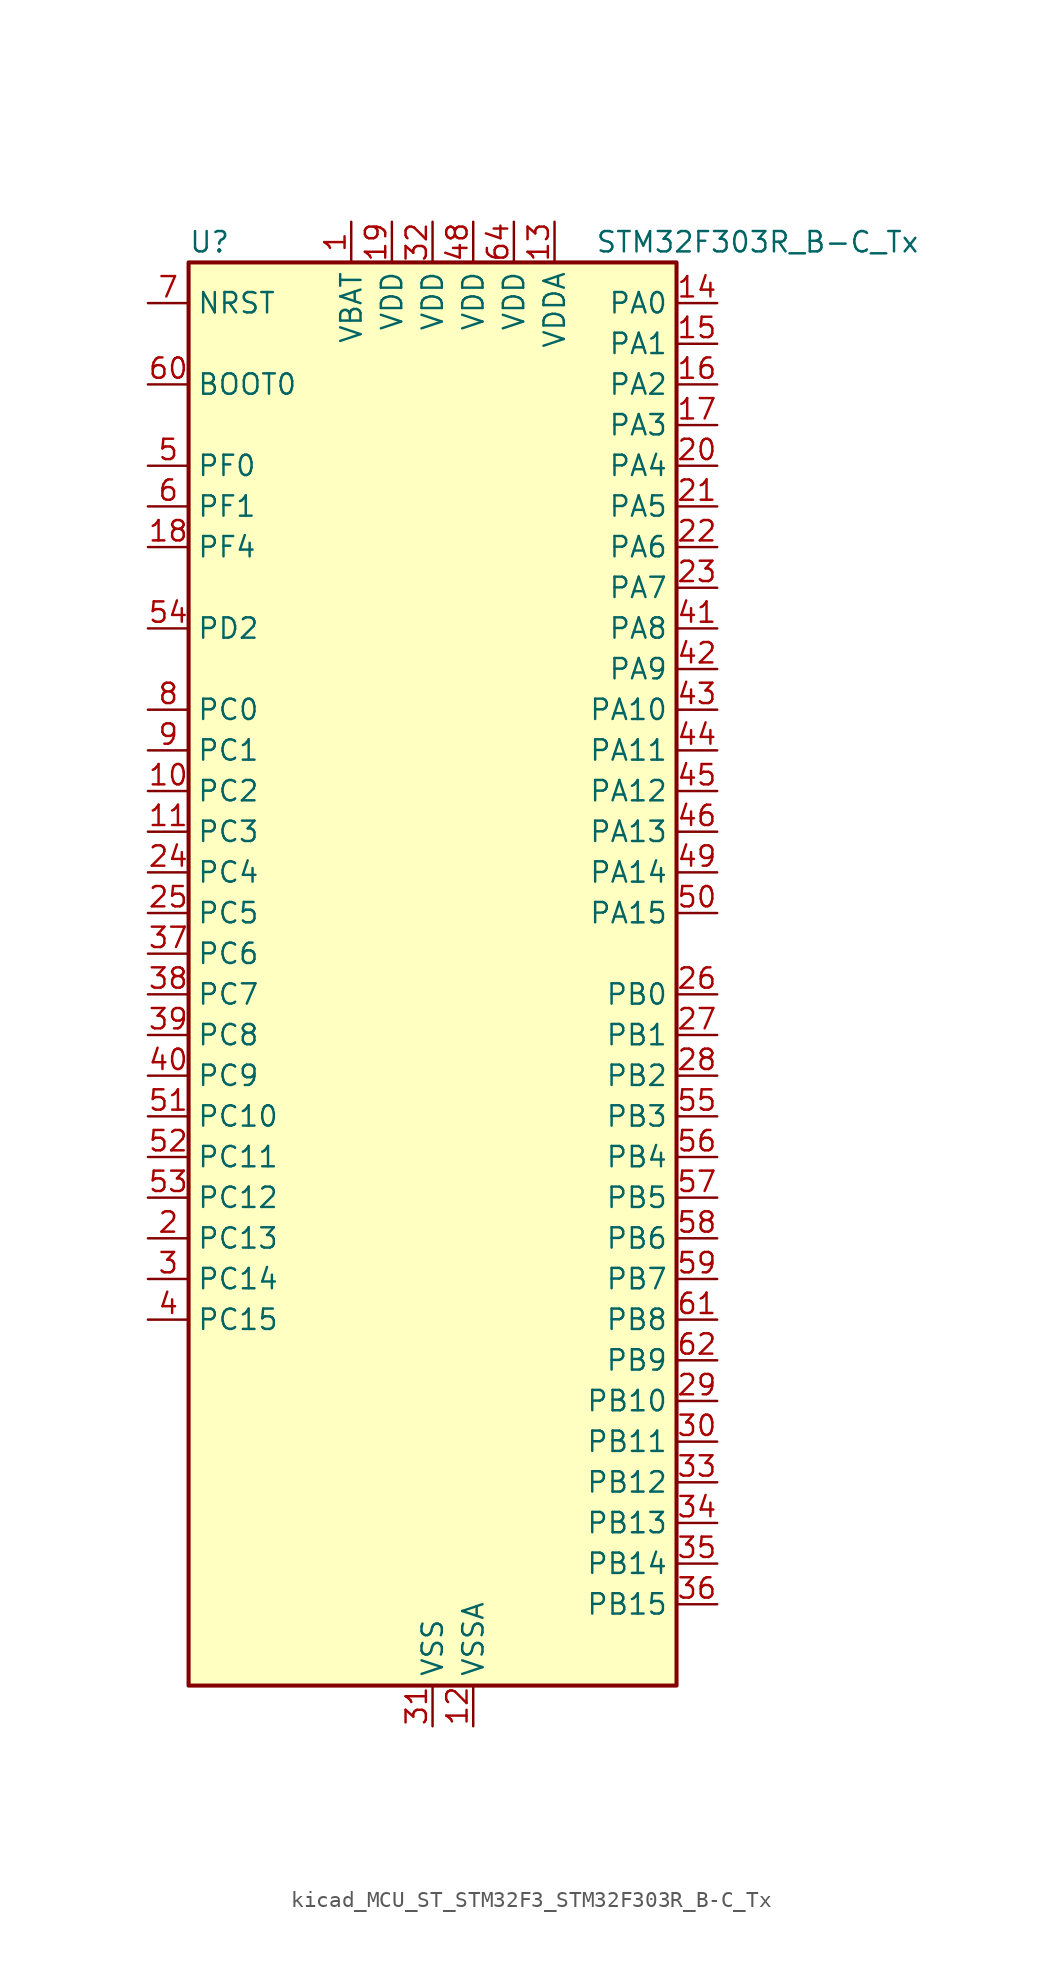
<source format=kicad_sym>
(kicad_symbol_lib
  (version 20220914)
  (generator kicad_symbol_editor)
  (symbol "kicad_MCU_ST_STM32F3_STM32F303R_B-C_Tx"
    (property "Reference" "U"
      (at -15.24 46.99 0)
      (effects (font (size 1.27 1.27)) (justify left)))
    (property "Value" "STM32F303R_B-C_Tx"
      (at 10.16 46.99 0)
      (effects (font (size 1.27 1.27)) (justify left)))
    (property "ki_locked" ""
      (at 0 0 0)
      (effects (font (size 1.27 1.27))))
    (symbol "kicad_MCU_ST_STM32F3_STM32F303R_B-C_Tx_0_1"
      (rectangle (start -15.24 -43.18) (end 15.24 45.72) (stroke (width 0.254) (type default)) (fill (type background))))
    (symbol "kicad_MCU_ST_STM32F3_STM32F303R_B-C_Tx_1_1"
      (pin power_in line (at -5.08 48.26 270) (length 2.54) (name "VBAT" (effects (font (size 1.27 1.27)))) (number "1" (effects (font (size 1.27 1.27)))))
      (pin bidirectional line (at -17.78 12.7 0) (length 2.54) (name "PC2" (effects (font (size 1.27 1.27)))) (number "10" (effects (font (size 1.27 1.27)))) (alternate "ADC1_IN8" bidirectional line) (alternate "ADC2_IN8" bidirectional line) (alternate "ADC3_EXTI2" bidirectional line) (alternate "ADC4_EXTI2" bidirectional line) (alternate "COMP7_OUT" bidirectional line))
      (pin bidirectional line (at -17.78 10.16 0) (length 2.54) (name "PC3" (effects (font (size 1.27 1.27)))) (number "11" (effects (font (size 1.27 1.27)))) (alternate "ADC1_IN9" bidirectional line) (alternate "ADC2_IN9" bidirectional line) (alternate "TIM1_BKIN2" bidirectional line))
      (pin power_in line (at 2.54 -45.72 90) (length 2.54) (name "VSSA" (effects (font (size 1.27 1.27)))) (number "12" (effects (font (size 1.27 1.27)))))
      (pin power_in line (at 7.62 48.26 270) (length 2.54) (name "VDDA" (effects (font (size 1.27 1.27)))) (number "13" (effects (font (size 1.27 1.27)))))
      (pin bidirectional line (at 17.78 43.18 180) (length 2.54) (name "PA0" (effects (font (size 1.27 1.27)))) (number "14" (effects (font (size 1.27 1.27)))) (alternate "ADC1_IN1" bidirectional line) (alternate "COMP1_INM" bidirectional line) (alternate "COMP1_OUT" bidirectional line) (alternate "COMP7_INP" bidirectional line) (alternate "RTC_TAMP2" bidirectional line) (alternate "SYS_WKUP1" bidirectional line) (alternate "TIM2_CH1" bidirectional line) (alternate "TIM2_ETR" bidirectional line) (alternate "TIM8_BKIN" bidirectional line) (alternate "TIM8_ETR" bidirectional line) (alternate "TSC_G1_IO1" bidirectional line) (alternate "USART2_CTS" bidirectional line))
      (pin bidirectional line (at 17.78 40.64 180) (length 2.54) (name "PA1" (effects (font (size 1.27 1.27)))) (number "15" (effects (font (size 1.27 1.27)))) (alternate "ADC1_IN2" bidirectional line) (alternate "COMP1_INP" bidirectional line) (alternate "OPAMP1_VINP" bidirectional line) (alternate "OPAMP1_VINP_SEC" bidirectional line) (alternate "OPAMP3_VINP" bidirectional line) (alternate "OPAMP3_VINP_SEC" bidirectional line) (alternate "RTC_REFIN" bidirectional line) (alternate "TIM15_CH1N" bidirectional line) (alternate "TIM2_CH2" bidirectional line) (alternate "TSC_G1_IO2" bidirectional line) (alternate "USART2_DE" bidirectional line) (alternate "USART2_RTS" bidirectional line))
      (pin bidirectional line (at 17.78 38.1 180) (length 2.54) (name "PA2" (effects (font (size 1.27 1.27)))) (number "16" (effects (font (size 1.27 1.27)))) (alternate "ADC1_IN3" bidirectional line) (alternate "ADC3_EXTI2" bidirectional line) (alternate "ADC4_EXTI2" bidirectional line) (alternate "COMP2_INM" bidirectional line) (alternate "COMP2_OUT" bidirectional line) (alternate "OPAMP1_VOUT" bidirectional line) (alternate "TIM15_CH1" bidirectional line) (alternate "TIM2_CH3" bidirectional line) (alternate "TSC_G1_IO3" bidirectional line) (alternate "USART2_TX" bidirectional line))
      (pin bidirectional line (at 17.78 35.56 180) (length 2.54) (name "PA3" (effects (font (size 1.27 1.27)))) (number "17" (effects (font (size 1.27 1.27)))) (alternate "ADC1_IN4" bidirectional line) (alternate "COMP2_INP" bidirectional line) (alternate "OPAMP1_VINM" bidirectional line) (alternate "OPAMP1_VINM_SEC" bidirectional line) (alternate "OPAMP1_VINP" bidirectional line) (alternate "OPAMP1_VINP_SEC" bidirectional line) (alternate "TIM15_CH2" bidirectional line) (alternate "TIM2_CH4" bidirectional line) (alternate "TSC_G1_IO4" bidirectional line) (alternate "USART2_RX" bidirectional line))
      (pin bidirectional line (at -17.78 27.94 0) (length 2.54) (name "PF4" (effects (font (size 1.27 1.27)))) (number "18" (effects (font (size 1.27 1.27)))) (alternate "ADC1_IN5" bidirectional line) (alternate "COMP1_OUT" bidirectional line))
      (pin power_in line (at -2.54 48.26 270) (length 2.54) (name "VDD" (effects (font (size 1.27 1.27)))) (number "19" (effects (font (size 1.27 1.27)))))
      (pin bidirectional line (at -17.78 -15.24 0) (length 2.54) (name "PC13" (effects (font (size 1.27 1.27)))) (number "2" (effects (font (size 1.27 1.27)))) (alternate "RTC_OUT_ALARM" bidirectional line) (alternate "RTC_OUT_CALIB" bidirectional line) (alternate "RTC_TAMP1" bidirectional line) (alternate "RTC_TS" bidirectional line) (alternate "SYS_WKUP2" bidirectional line) (alternate "TIM1_CH1N" bidirectional line))
      (pin bidirectional line (at 17.78 33.02 180) (length 2.54) (name "PA4" (effects (font (size 1.27 1.27)))) (number "20" (effects (font (size 1.27 1.27)))) (alternate "ADC2_IN1" bidirectional line) (alternate "COMP1_INM" bidirectional line) (alternate "COMP2_INM" bidirectional line) (alternate "COMP3_INM" bidirectional line) (alternate "COMP4_INM" bidirectional line) (alternate "COMP5_INM" bidirectional line) (alternate "COMP6_INM" bidirectional line) (alternate "COMP7_INM" bidirectional line) (alternate "DAC_OUT1" bidirectional line) (alternate "I2S3_WS" bidirectional line) (alternate "OPAMP4_VINP" bidirectional line) (alternate "OPAMP4_VINP_SEC" bidirectional line) (alternate "SPI1_NSS" bidirectional line) (alternate "SPI3_NSS" bidirectional line) (alternate "TIM3_CH2" bidirectional line) (alternate "TSC_G2_IO1" bidirectional line) (alternate "USART2_CK" bidirectional line))
      (pin bidirectional line (at 17.78 30.48 180) (length 2.54) (name "PA5" (effects (font (size 1.27 1.27)))) (number "21" (effects (font (size 1.27 1.27)))) (alternate "ADC2_IN2" bidirectional line) (alternate "COMP1_INM" bidirectional line) (alternate "COMP2_INM" bidirectional line) (alternate "COMP3_INM" bidirectional line) (alternate "COMP4_INM" bidirectional line) (alternate "COMP5_INM" bidirectional line) (alternate "COMP6_INM" bidirectional line) (alternate "COMP7_INM" bidirectional line) (alternate "DAC_OUT2" bidirectional line) (alternate "OPAMP1_VINP" bidirectional line) (alternate "OPAMP1_VINP_SEC" bidirectional line) (alternate "OPAMP2_VINM" bidirectional line) (alternate "OPAMP2_VINM_SEC" bidirectional line) (alternate "OPAMP3_VINP" bidirectional line) (alternate "OPAMP3_VINP_SEC" bidirectional line) (alternate "SPI1_SCK" bidirectional line) (alternate "TIM2_CH1" bidirectional line) (alternate "TIM2_ETR" bidirectional line) (alternate "TSC_G2_IO2" bidirectional line))
      (pin bidirectional line (at 17.78 27.94 180) (length 2.54) (name "PA6" (effects (font (size 1.27 1.27)))) (number "22" (effects (font (size 1.27 1.27)))) (alternate "ADC2_IN3" bidirectional line) (alternate "COMP1_OUT" bidirectional line) (alternate "OPAMP2_VOUT" bidirectional line) (alternate "SPI1_MISO" bidirectional line) (alternate "TIM16_CH1" bidirectional line) (alternate "TIM1_BKIN" bidirectional line) (alternate "TIM3_CH1" bidirectional line) (alternate "TIM8_BKIN" bidirectional line) (alternate "TSC_G2_IO3" bidirectional line))
      (pin bidirectional line (at 17.78 25.4 180) (length 2.54) (name "PA7" (effects (font (size 1.27 1.27)))) (number "23" (effects (font (size 1.27 1.27)))) (alternate "ADC2_IN4" bidirectional line) (alternate "COMP2_INP" bidirectional line) (alternate "COMP2_OUT" bidirectional line) (alternate "OPAMP1_VINP" bidirectional line) (alternate "OPAMP1_VINP_SEC" bidirectional line) (alternate "OPAMP2_VINP" bidirectional line) (alternate "OPAMP2_VINP_SEC" bidirectional line) (alternate "SPI1_MOSI" bidirectional line) (alternate "TIM17_CH1" bidirectional line) (alternate "TIM1_CH1N" bidirectional line) (alternate "TIM3_CH2" bidirectional line) (alternate "TIM8_CH1N" bidirectional line) (alternate "TSC_G2_IO4" bidirectional line))
      (pin bidirectional line (at -17.78 7.62 0) (length 2.54) (name "PC4" (effects (font (size 1.27 1.27)))) (number "24" (effects (font (size 1.27 1.27)))) (alternate "ADC2_IN5" bidirectional line) (alternate "USART1_TX" bidirectional line))
      (pin bidirectional line (at -17.78 5.08 0) (length 2.54) (name "PC5" (effects (font (size 1.27 1.27)))) (number "25" (effects (font (size 1.27 1.27)))) (alternate "ADC2_IN11" bidirectional line) (alternate "OPAMP1_VINM" bidirectional line) (alternate "OPAMP1_VINM_SEC" bidirectional line) (alternate "OPAMP2_VINM" bidirectional line) (alternate "OPAMP2_VINM_SEC" bidirectional line) (alternate "TSC_G3_IO1" bidirectional line) (alternate "USART1_RX" bidirectional line))
      (pin bidirectional line (at 17.78 0 180) (length 2.54) (name "PB0" (effects (font (size 1.27 1.27)))) (number "26" (effects (font (size 1.27 1.27)))) (alternate "ADC3_IN12" bidirectional line) (alternate "COMP4_INP" bidirectional line) (alternate "OPAMP2_VINP" bidirectional line) (alternate "OPAMP2_VINP_SEC" bidirectional line) (alternate "OPAMP3_VINP" bidirectional line) (alternate "OPAMP3_VINP_SEC" bidirectional line) (alternate "TIM1_CH2N" bidirectional line) (alternate "TIM3_CH3" bidirectional line) (alternate "TIM8_CH2N" bidirectional line) (alternate "TSC_G3_IO2" bidirectional line))
      (pin bidirectional line (at 17.78 -2.54 180) (length 2.54) (name "PB1" (effects (font (size 1.27 1.27)))) (number "27" (effects (font (size 1.27 1.27)))) (alternate "ADC3_IN1" bidirectional line) (alternate "COMP4_OUT" bidirectional line) (alternate "OPAMP3_VOUT" bidirectional line) (alternate "TIM1_CH3N" bidirectional line) (alternate "TIM3_CH4" bidirectional line) (alternate "TIM8_CH3N" bidirectional line) (alternate "TSC_G3_IO3" bidirectional line))
      (pin bidirectional line (at 17.78 -5.08 180) (length 2.54) (name "PB2" (effects (font (size 1.27 1.27)))) (number "28" (effects (font (size 1.27 1.27)))) (alternate "ADC2_IN12" bidirectional line) (alternate "ADC3_EXTI2" bidirectional line) (alternate "ADC4_EXTI2" bidirectional line) (alternate "COMP4_INM" bidirectional line) (alternate "OPAMP3_VINM" bidirectional line) (alternate "OPAMP3_VINM_SEC" bidirectional line) (alternate "TSC_G3_IO4" bidirectional line))
      (pin bidirectional line (at 17.78 -25.4 180) (length 2.54) (name "PB10" (effects (font (size 1.27 1.27)))) (number "29" (effects (font (size 1.27 1.27)))) (alternate "COMP5_INM" bidirectional line) (alternate "OPAMP3_VINM" bidirectional line) (alternate "OPAMP3_VINM_SEC" bidirectional line) (alternate "OPAMP4_VINM" bidirectional line) (alternate "OPAMP4_VINM_SEC" bidirectional line) (alternate "TIM2_CH3" bidirectional line) (alternate "TSC_SYNC" bidirectional line) (alternate "USART3_TX" bidirectional line))
      (pin bidirectional line (at -17.78 -17.78 0) (length 2.54) (name "PC14" (effects (font (size 1.27 1.27)))) (number "3" (effects (font (size 1.27 1.27)))) (alternate "RCC_OSC32_IN" bidirectional line))
      (pin bidirectional line (at 17.78 -27.94 180) (length 2.54) (name "PB11" (effects (font (size 1.27 1.27)))) (number "30" (effects (font (size 1.27 1.27)))) (alternate "ADC1_EXTI11" bidirectional line) (alternate "ADC2_EXTI11" bidirectional line) (alternate "COMP6_INP" bidirectional line) (alternate "OPAMP4_VINP" bidirectional line) (alternate "OPAMP4_VINP_SEC" bidirectional line) (alternate "TIM2_CH4" bidirectional line) (alternate "TSC_G6_IO1" bidirectional line) (alternate "USART3_RX" bidirectional line))
      (pin power_in line (at 0 -45.72 90) (length 2.54) (name "VSS" (effects (font (size 1.27 1.27)))) (number "31" (effects (font (size 1.27 1.27)))))
      (pin power_in line (at 0 48.26 270) (length 2.54) (name "VDD" (effects (font (size 1.27 1.27)))) (number "32" (effects (font (size 1.27 1.27)))))
      (pin bidirectional line (at 17.78 -30.48 180) (length 2.54) (name "PB12" (effects (font (size 1.27 1.27)))) (number "33" (effects (font (size 1.27 1.27)))) (alternate "ADC4_IN3" bidirectional line) (alternate "COMP3_INM" bidirectional line) (alternate "I2C2_SMBA" bidirectional line) (alternate "I2S2_WS" bidirectional line) (alternate "OPAMP4_VOUT" bidirectional line) (alternate "SPI2_NSS" bidirectional line) (alternate "TIM1_BKIN" bidirectional line) (alternate "TSC_G6_IO2" bidirectional line) (alternate "USART3_CK" bidirectional line))
      (pin bidirectional line (at 17.78 -33.02 180) (length 2.54) (name "PB13" (effects (font (size 1.27 1.27)))) (number "34" (effects (font (size 1.27 1.27)))) (alternate "ADC3_IN5" bidirectional line) (alternate "COMP5_INP" bidirectional line) (alternate "I2S2_CK" bidirectional line) (alternate "OPAMP3_VINP" bidirectional line) (alternate "OPAMP3_VINP_SEC" bidirectional line) (alternate "OPAMP4_VINP" bidirectional line) (alternate "OPAMP4_VINP_SEC" bidirectional line) (alternate "SPI2_SCK" bidirectional line) (alternate "TIM1_CH1N" bidirectional line) (alternate "TSC_G6_IO3" bidirectional line) (alternate "USART3_CTS" bidirectional line))
      (pin bidirectional line (at 17.78 -35.56 180) (length 2.54) (name "PB14" (effects (font (size 1.27 1.27)))) (number "35" (effects (font (size 1.27 1.27)))) (alternate "ADC4_IN4" bidirectional line) (alternate "COMP3_INP" bidirectional line) (alternate "I2S2_ext_SD" bidirectional line) (alternate "OPAMP2_VINP" bidirectional line) (alternate "OPAMP2_VINP_SEC" bidirectional line) (alternate "SPI2_MISO" bidirectional line) (alternate "TIM15_CH1" bidirectional line) (alternate "TIM1_CH2N" bidirectional line) (alternate "TSC_G6_IO4" bidirectional line) (alternate "USART3_DE" bidirectional line) (alternate "USART3_RTS" bidirectional line))
      (pin bidirectional line (at 17.78 -38.1 180) (length 2.54) (name "PB15" (effects (font (size 1.27 1.27)))) (number "36" (effects (font (size 1.27 1.27)))) (alternate "ADC1_EXTI15" bidirectional line) (alternate "ADC2_EXTI15" bidirectional line) (alternate "ADC4_IN5" bidirectional line) (alternate "COMP6_INM" bidirectional line) (alternate "I2S2_SD" bidirectional line) (alternate "RTC_REFIN" bidirectional line) (alternate "SPI2_MOSI" bidirectional line) (alternate "TIM15_CH1N" bidirectional line) (alternate "TIM15_CH2" bidirectional line) (alternate "TIM1_CH3N" bidirectional line))
      (pin bidirectional line (at -17.78 2.54 0) (length 2.54) (name "PC6" (effects (font (size 1.27 1.27)))) (number "37" (effects (font (size 1.27 1.27)))) (alternate "COMP6_OUT" bidirectional line) (alternate "I2S2_MCK" bidirectional line) (alternate "TIM3_CH1" bidirectional line) (alternate "TIM8_CH1" bidirectional line))
      (pin bidirectional line (at -17.78 0 0) (length 2.54) (name "PC7" (effects (font (size 1.27 1.27)))) (number "38" (effects (font (size 1.27 1.27)))) (alternate "COMP5_OUT" bidirectional line) (alternate "I2S3_MCK" bidirectional line) (alternate "TIM3_CH2" bidirectional line) (alternate "TIM8_CH2" bidirectional line))
      (pin bidirectional line (at -17.78 -2.54 0) (length 2.54) (name "PC8" (effects (font (size 1.27 1.27)))) (number "39" (effects (font (size 1.27 1.27)))) (alternate "COMP3_OUT" bidirectional line) (alternate "TIM3_CH3" bidirectional line) (alternate "TIM8_CH3" bidirectional line))
      (pin bidirectional line (at -17.78 -20.32 0) (length 2.54) (name "PC15" (effects (font (size 1.27 1.27)))) (number "4" (effects (font (size 1.27 1.27)))) (alternate "ADC1_EXTI15" bidirectional line) (alternate "ADC2_EXTI15" bidirectional line) (alternate "RCC_OSC32_OUT" bidirectional line))
      (pin bidirectional line (at -17.78 -5.08 0) (length 2.54) (name "PC9" (effects (font (size 1.27 1.27)))) (number "40" (effects (font (size 1.27 1.27)))) (alternate "DAC_EXTI9" bidirectional line) (alternate "I2S_CKIN" bidirectional line) (alternate "TIM3_CH4" bidirectional line) (alternate "TIM8_BKIN2" bidirectional line) (alternate "TIM8_CH4" bidirectional line))
      (pin bidirectional line (at 17.78 22.86 180) (length 2.54) (name "PA8" (effects (font (size 1.27 1.27)))) (number "41" (effects (font (size 1.27 1.27)))) (alternate "COMP3_OUT" bidirectional line) (alternate "I2C2_SMBA" bidirectional line) (alternate "I2S2_MCK" bidirectional line) (alternate "RCC_MCO" bidirectional line) (alternate "TIM1_CH1" bidirectional line) (alternate "TIM4_ETR" bidirectional line) (alternate "USART1_CK" bidirectional line))
      (pin bidirectional line (at 17.78 20.32 180) (length 2.54) (name "PA9" (effects (font (size 1.27 1.27)))) (number "42" (effects (font (size 1.27 1.27)))) (alternate "COMP5_OUT" bidirectional line) (alternate "DAC_EXTI9" bidirectional line) (alternate "I2C2_SCL" bidirectional line) (alternate "I2S3_MCK" bidirectional line) (alternate "TIM15_BKIN" bidirectional line) (alternate "TIM1_CH2" bidirectional line) (alternate "TIM2_CH3" bidirectional line) (alternate "TSC_G4_IO1" bidirectional line) (alternate "USART1_TX" bidirectional line))
      (pin bidirectional line (at 17.78 17.78 180) (length 2.54) (name "PA10" (effects (font (size 1.27 1.27)))) (number "43" (effects (font (size 1.27 1.27)))) (alternate "COMP6_OUT" bidirectional line) (alternate "I2C2_SDA" bidirectional line) (alternate "TIM17_BKIN" bidirectional line) (alternate "TIM1_CH3" bidirectional line) (alternate "TIM2_CH4" bidirectional line) (alternate "TIM8_BKIN" bidirectional line) (alternate "TSC_G4_IO2" bidirectional line) (alternate "USART1_RX" bidirectional line))
      (pin bidirectional line (at 17.78 15.24 180) (length 2.54) (name "PA11" (effects (font (size 1.27 1.27)))) (number "44" (effects (font (size 1.27 1.27)))) (alternate "ADC1_EXTI11" bidirectional line) (alternate "ADC2_EXTI11" bidirectional line) (alternate "CAN_RX" bidirectional line) (alternate "COMP1_OUT" bidirectional line) (alternate "TIM1_BKIN2" bidirectional line) (alternate "TIM1_CH1N" bidirectional line) (alternate "TIM1_CH4" bidirectional line) (alternate "TIM4_CH1" bidirectional line) (alternate "USART1_CTS" bidirectional line) (alternate "USB_DM" bidirectional line))
      (pin bidirectional line (at 17.78 12.7 180) (length 2.54) (name "PA12" (effects (font (size 1.27 1.27)))) (number "45" (effects (font (size 1.27 1.27)))) (alternate "CAN_TX" bidirectional line) (alternate "COMP2_OUT" bidirectional line) (alternate "TIM16_CH1" bidirectional line) (alternate "TIM1_CH2N" bidirectional line) (alternate "TIM1_ETR" bidirectional line) (alternate "TIM4_CH2" bidirectional line) (alternate "USART1_DE" bidirectional line) (alternate "USART1_RTS" bidirectional line) (alternate "USB_DP" bidirectional line))
      (pin bidirectional line (at 17.78 10.16 180) (length 2.54) (name "PA13" (effects (font (size 1.27 1.27)))) (number "46" (effects (font (size 1.27 1.27)))) (alternate "IR_OUT" bidirectional line) (alternate "SYS_JTMS-SWDIO" bidirectional line) (alternate "TIM16_CH1N" bidirectional line) (alternate "TIM4_CH3" bidirectional line) (alternate "TSC_G4_IO3" bidirectional line) (alternate "USART3_CTS" bidirectional line))
      (pin passive line (at 0 -45.72 90) (length 2.54) hide (name "VSS" (effects (font (size 1.27 1.27)))) (number "47" (effects (font (size 1.27 1.27)))))
      (pin power_in line (at 2.54 48.26 270) (length 2.54) (name "VDD" (effects (font (size 1.27 1.27)))) (number "48" (effects (font (size 1.27 1.27)))))
      (pin bidirectional line (at 17.78 7.62 180) (length 2.54) (name "PA14" (effects (font (size 1.27 1.27)))) (number "49" (effects (font (size 1.27 1.27)))) (alternate "I2C1_SDA" bidirectional line) (alternate "SYS_JTCK-SWCLK" bidirectional line) (alternate "TIM1_BKIN" bidirectional line) (alternate "TIM8_CH2" bidirectional line) (alternate "TSC_G4_IO4" bidirectional line) (alternate "USART2_TX" bidirectional line))
      (pin bidirectional line (at -17.78 33.02 0) (length 2.54) (name "PF0" (effects (font (size 1.27 1.27)))) (number "5" (effects (font (size 1.27 1.27)))) (alternate "I2C2_SDA" bidirectional line) (alternate "RCC_OSC_IN" bidirectional line) (alternate "TIM1_CH3N" bidirectional line))
      (pin bidirectional line (at 17.78 5.08 180) (length 2.54) (name "PA15" (effects (font (size 1.27 1.27)))) (number "50" (effects (font (size 1.27 1.27)))) (alternate "ADC1_EXTI15" bidirectional line) (alternate "ADC2_EXTI15" bidirectional line) (alternate "I2C1_SCL" bidirectional line) (alternate "I2S3_WS" bidirectional line) (alternate "SPI1_NSS" bidirectional line) (alternate "SPI3_NSS" bidirectional line) (alternate "SYS_JTDI" bidirectional line) (alternate "TIM1_BKIN" bidirectional line) (alternate "TIM2_CH1" bidirectional line) (alternate "TIM2_ETR" bidirectional line) (alternate "TIM8_CH1" bidirectional line) (alternate "USART2_RX" bidirectional line))
      (pin bidirectional line (at -17.78 -7.62 0) (length 2.54) (name "PC10" (effects (font (size 1.27 1.27)))) (number "51" (effects (font (size 1.27 1.27)))) (alternate "I2S3_CK" bidirectional line) (alternate "SPI3_SCK" bidirectional line) (alternate "TIM8_CH1N" bidirectional line) (alternate "UART4_TX" bidirectional line) (alternate "USART3_TX" bidirectional line))
      (pin bidirectional line (at -17.78 -10.16 0) (length 2.54) (name "PC11" (effects (font (size 1.27 1.27)))) (number "52" (effects (font (size 1.27 1.27)))) (alternate "ADC1_EXTI11" bidirectional line) (alternate "ADC2_EXTI11" bidirectional line) (alternate "I2S3_ext_SD" bidirectional line) (alternate "SPI3_MISO" bidirectional line) (alternate "TIM8_CH2N" bidirectional line) (alternate "UART4_RX" bidirectional line) (alternate "USART3_RX" bidirectional line))
      (pin bidirectional line (at -17.78 -12.7 0) (length 2.54) (name "PC12" (effects (font (size 1.27 1.27)))) (number "53" (effects (font (size 1.27 1.27)))) (alternate "I2S3_SD" bidirectional line) (alternate "SPI3_MOSI" bidirectional line) (alternate "TIM8_CH3N" bidirectional line) (alternate "UART5_TX" bidirectional line) (alternate "USART3_CK" bidirectional line))
      (pin bidirectional line (at -17.78 22.86 0) (length 2.54) (name "PD2" (effects (font (size 1.27 1.27)))) (number "54" (effects (font (size 1.27 1.27)))) (alternate "ADC3_EXTI2" bidirectional line) (alternate "ADC4_EXTI2" bidirectional line) (alternate "TIM3_ETR" bidirectional line) (alternate "TIM8_BKIN" bidirectional line) (alternate "UART5_RX" bidirectional line))
      (pin bidirectional line (at 17.78 -7.62 180) (length 2.54) (name "PB3" (effects (font (size 1.27 1.27)))) (number "55" (effects (font (size 1.27 1.27)))) (alternate "I2S3_CK" bidirectional line) (alternate "SPI1_SCK" bidirectional line) (alternate "SPI3_SCK" bidirectional line) (alternate "SYS_JTDO-TRACESWO" bidirectional line) (alternate "TIM2_CH2" bidirectional line) (alternate "TIM3_ETR" bidirectional line) (alternate "TIM4_ETR" bidirectional line) (alternate "TIM8_CH1N" bidirectional line) (alternate "TSC_G5_IO1" bidirectional line) (alternate "USART2_TX" bidirectional line))
      (pin bidirectional line (at 17.78 -10.16 180) (length 2.54) (name "PB4" (effects (font (size 1.27 1.27)))) (number "56" (effects (font (size 1.27 1.27)))) (alternate "I2S3_ext_SD" bidirectional line) (alternate "SPI1_MISO" bidirectional line) (alternate "SPI3_MISO" bidirectional line) (alternate "SYS_NJTRST" bidirectional line) (alternate "TIM16_CH1" bidirectional line) (alternate "TIM17_BKIN" bidirectional line) (alternate "TIM3_CH1" bidirectional line) (alternate "TIM8_CH2N" bidirectional line) (alternate "TSC_G5_IO2" bidirectional line) (alternate "USART2_RX" bidirectional line))
      (pin bidirectional line (at 17.78 -12.7 180) (length 2.54) (name "PB5" (effects (font (size 1.27 1.27)))) (number "57" (effects (font (size 1.27 1.27)))) (alternate "I2C1_SMBA" bidirectional line) (alternate "I2S3_SD" bidirectional line) (alternate "SPI1_MOSI" bidirectional line) (alternate "SPI3_MOSI" bidirectional line) (alternate "TIM16_BKIN" bidirectional line) (alternate "TIM17_CH1" bidirectional line) (alternate "TIM3_CH2" bidirectional line) (alternate "TIM8_CH3N" bidirectional line) (alternate "USART2_CK" bidirectional line))
      (pin bidirectional line (at 17.78 -15.24 180) (length 2.54) (name "PB6" (effects (font (size 1.27 1.27)))) (number "58" (effects (font (size 1.27 1.27)))) (alternate "I2C1_SCL" bidirectional line) (alternate "TIM16_CH1N" bidirectional line) (alternate "TIM4_CH1" bidirectional line) (alternate "TIM8_BKIN2" bidirectional line) (alternate "TIM8_CH1" bidirectional line) (alternate "TIM8_ETR" bidirectional line) (alternate "TSC_G5_IO3" bidirectional line) (alternate "USART1_TX" bidirectional line))
      (pin bidirectional line (at 17.78 -17.78 180) (length 2.54) (name "PB7" (effects (font (size 1.27 1.27)))) (number "59" (effects (font (size 1.27 1.27)))) (alternate "I2C1_SDA" bidirectional line) (alternate "TIM17_CH1N" bidirectional line) (alternate "TIM3_CH4" bidirectional line) (alternate "TIM4_CH2" bidirectional line) (alternate "TIM8_BKIN" bidirectional line) (alternate "TSC_G5_IO4" bidirectional line) (alternate "USART1_RX" bidirectional line))
      (pin bidirectional line (at -17.78 30.48 0) (length 2.54) (name "PF1" (effects (font (size 1.27 1.27)))) (number "6" (effects (font (size 1.27 1.27)))) (alternate "I2C2_SCL" bidirectional line) (alternate "RCC_OSC_OUT" bidirectional line))
      (pin input line (at -17.78 38.1 0) (length 2.54) (name "BOOT0" (effects (font (size 1.27 1.27)))) (number "60" (effects (font (size 1.27 1.27)))))
      (pin bidirectional line (at 17.78 -20.32 180) (length 2.54) (name "PB8" (effects (font (size 1.27 1.27)))) (number "61" (effects (font (size 1.27 1.27)))) (alternate "CAN_RX" bidirectional line) (alternate "COMP1_OUT" bidirectional line) (alternate "I2C1_SCL" bidirectional line) (alternate "TIM16_CH1" bidirectional line) (alternate "TIM1_BKIN" bidirectional line) (alternate "TIM4_CH3" bidirectional line) (alternate "TIM8_CH2" bidirectional line) (alternate "TSC_SYNC" bidirectional line))
      (pin bidirectional line (at 17.78 -22.86 180) (length 2.54) (name "PB9" (effects (font (size 1.27 1.27)))) (number "62" (effects (font (size 1.27 1.27)))) (alternate "CAN_TX" bidirectional line) (alternate "COMP2_OUT" bidirectional line) (alternate "DAC_EXTI9" bidirectional line) (alternate "I2C1_SDA" bidirectional line) (alternate "IR_OUT" bidirectional line) (alternate "TIM17_CH1" bidirectional line) (alternate "TIM4_CH4" bidirectional line) (alternate "TIM8_CH3" bidirectional line))
      (pin passive line (at 0 -45.72 90) (length 2.54) hide (name "VSS" (effects (font (size 1.27 1.27)))) (number "63" (effects (font (size 1.27 1.27)))))
      (pin power_in line (at 5.08 48.26 270) (length 2.54) (name "VDD" (effects (font (size 1.27 1.27)))) (number "64" (effects (font (size 1.27 1.27)))))
      (pin input line (at -17.78 43.18 0) (length 2.54) (name "NRST" (effects (font (size 1.27 1.27)))) (number "7" (effects (font (size 1.27 1.27)))))
      (pin bidirectional line (at -17.78 17.78 0) (length 2.54) (name "PC0" (effects (font (size 1.27 1.27)))) (number "8" (effects (font (size 1.27 1.27)))) (alternate "ADC1_IN6" bidirectional line) (alternate "ADC2_IN6" bidirectional line) (alternate "COMP7_INM" bidirectional line))
      (pin bidirectional line (at -17.78 15.24 0) (length 2.54) (name "PC1" (effects (font (size 1.27 1.27)))) (number "9" (effects (font (size 1.27 1.27)))) (alternate "ADC1_IN7" bidirectional line) (alternate "ADC2_IN7" bidirectional line) (alternate "COMP7_INP" bidirectional line)))))
</source>
